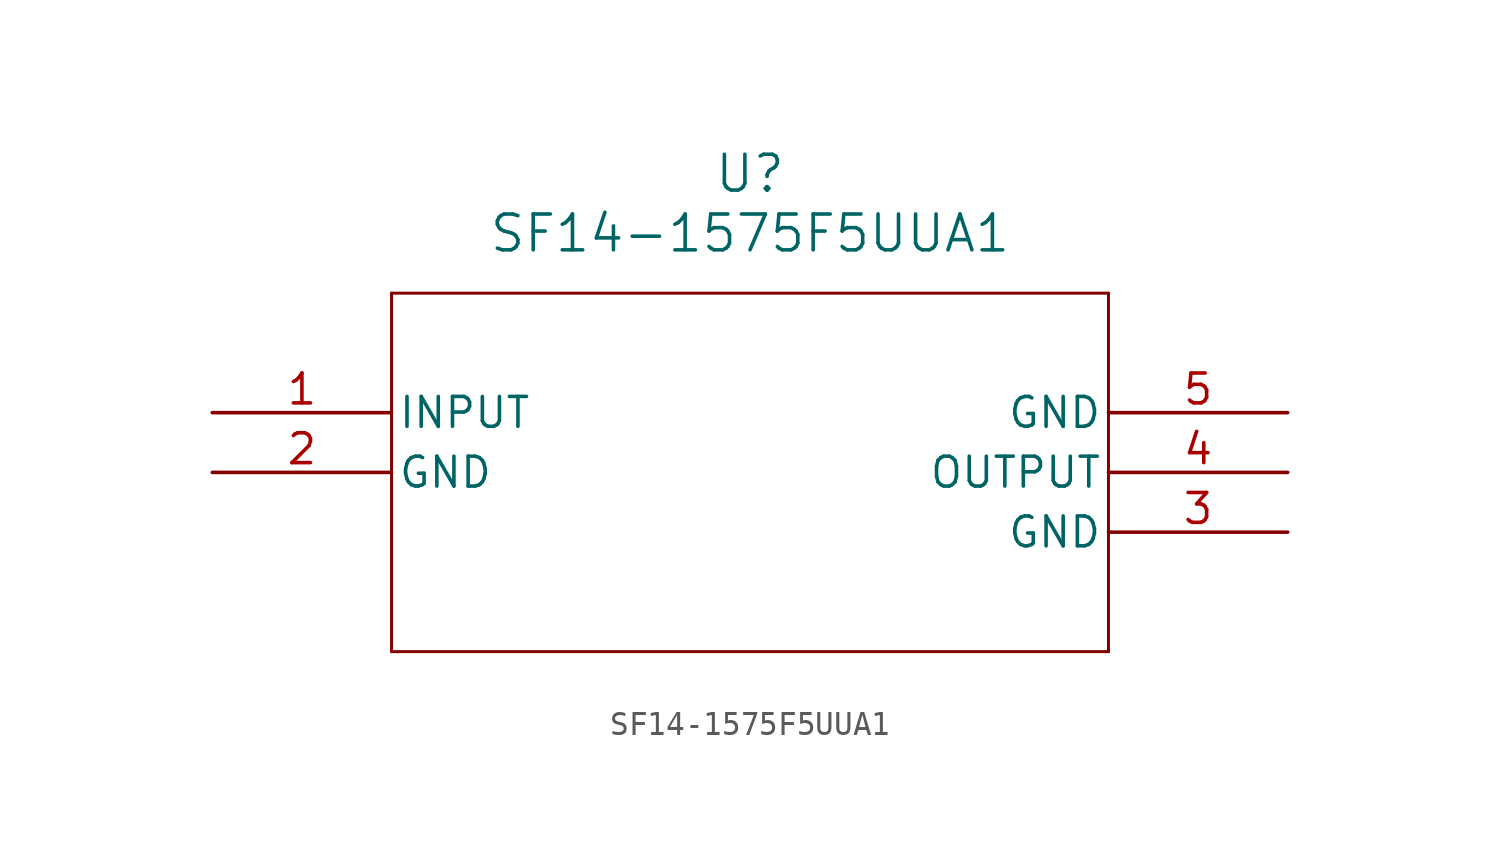
<source format=kicad_sym>
(kicad_symbol_lib
  (version 20211014)
  (generator kicad_symbol_editor)
  (symbol "SF14-1575F5UUA1"
    (pin_names
      (offset 0.254))
    (property "Reference" "U"
      (at 22.86 10.16 0)
      (effects (font (size 1.524 1.524))))
    (property "Value" "SF14-1575F5UUA1"
      (at 22.86 7.62 0)
      (effects (font (size 1.524 1.524))))
    (symbol "SF14-1575F5UUA1_0_1"
      (polyline (pts (xy 7.62 5.08) (xy 7.62 -10.16)) (stroke (width 0.127) (type default) (color 0 0 0 0)) (fill (type none)))
      (polyline (pts (xy 7.62 -10.16) (xy 38.1 -10.16)) (stroke (width 0.127) (type default) (color 0 0 0 0)) (fill (type none)))
      (polyline (pts (xy 38.1 -10.16) (xy 38.1 5.08)) (stroke (width 0.127) (type default) (color 0 0 0 0)) (fill (type none)))
      (polyline (pts (xy 38.1 5.08) (xy 7.62 5.08)) (stroke (width 0.127) (type default) (color 0 0 0 0)) (fill (type none)))
      (pin input line (at 0 0 0) (length 7.62) (name "INPUT" (effects (font (size 1.27 1.27)))) (number "1" (effects (font (size 1.27 1.27)))))
      (pin power_out line (at 0 -2.54 0) (length 7.62) (name "GND" (effects (font (size 1.27 1.27)))) (number "2" (effects (font (size 1.27 1.27)))))
      (pin power_out line (at 45.72 -5.08 180) (length 7.62) (name "GND" (effects (font (size 1.27 1.27)))) (number "3" (effects (font (size 1.27 1.27)))))
      (pin output line (at 45.72 -2.54 180) (length 7.62) (name "OUTPUT" (effects (font (size 1.27 1.27)))) (number "4" (effects (font (size 1.27 1.27)))))
      (pin power_out line (at 45.72 0 180) (length 7.62) (name "GND" (effects (font (size 1.27 1.27)))) (number "5" (effects (font (size 1.27 1.27))))))))
</source>
